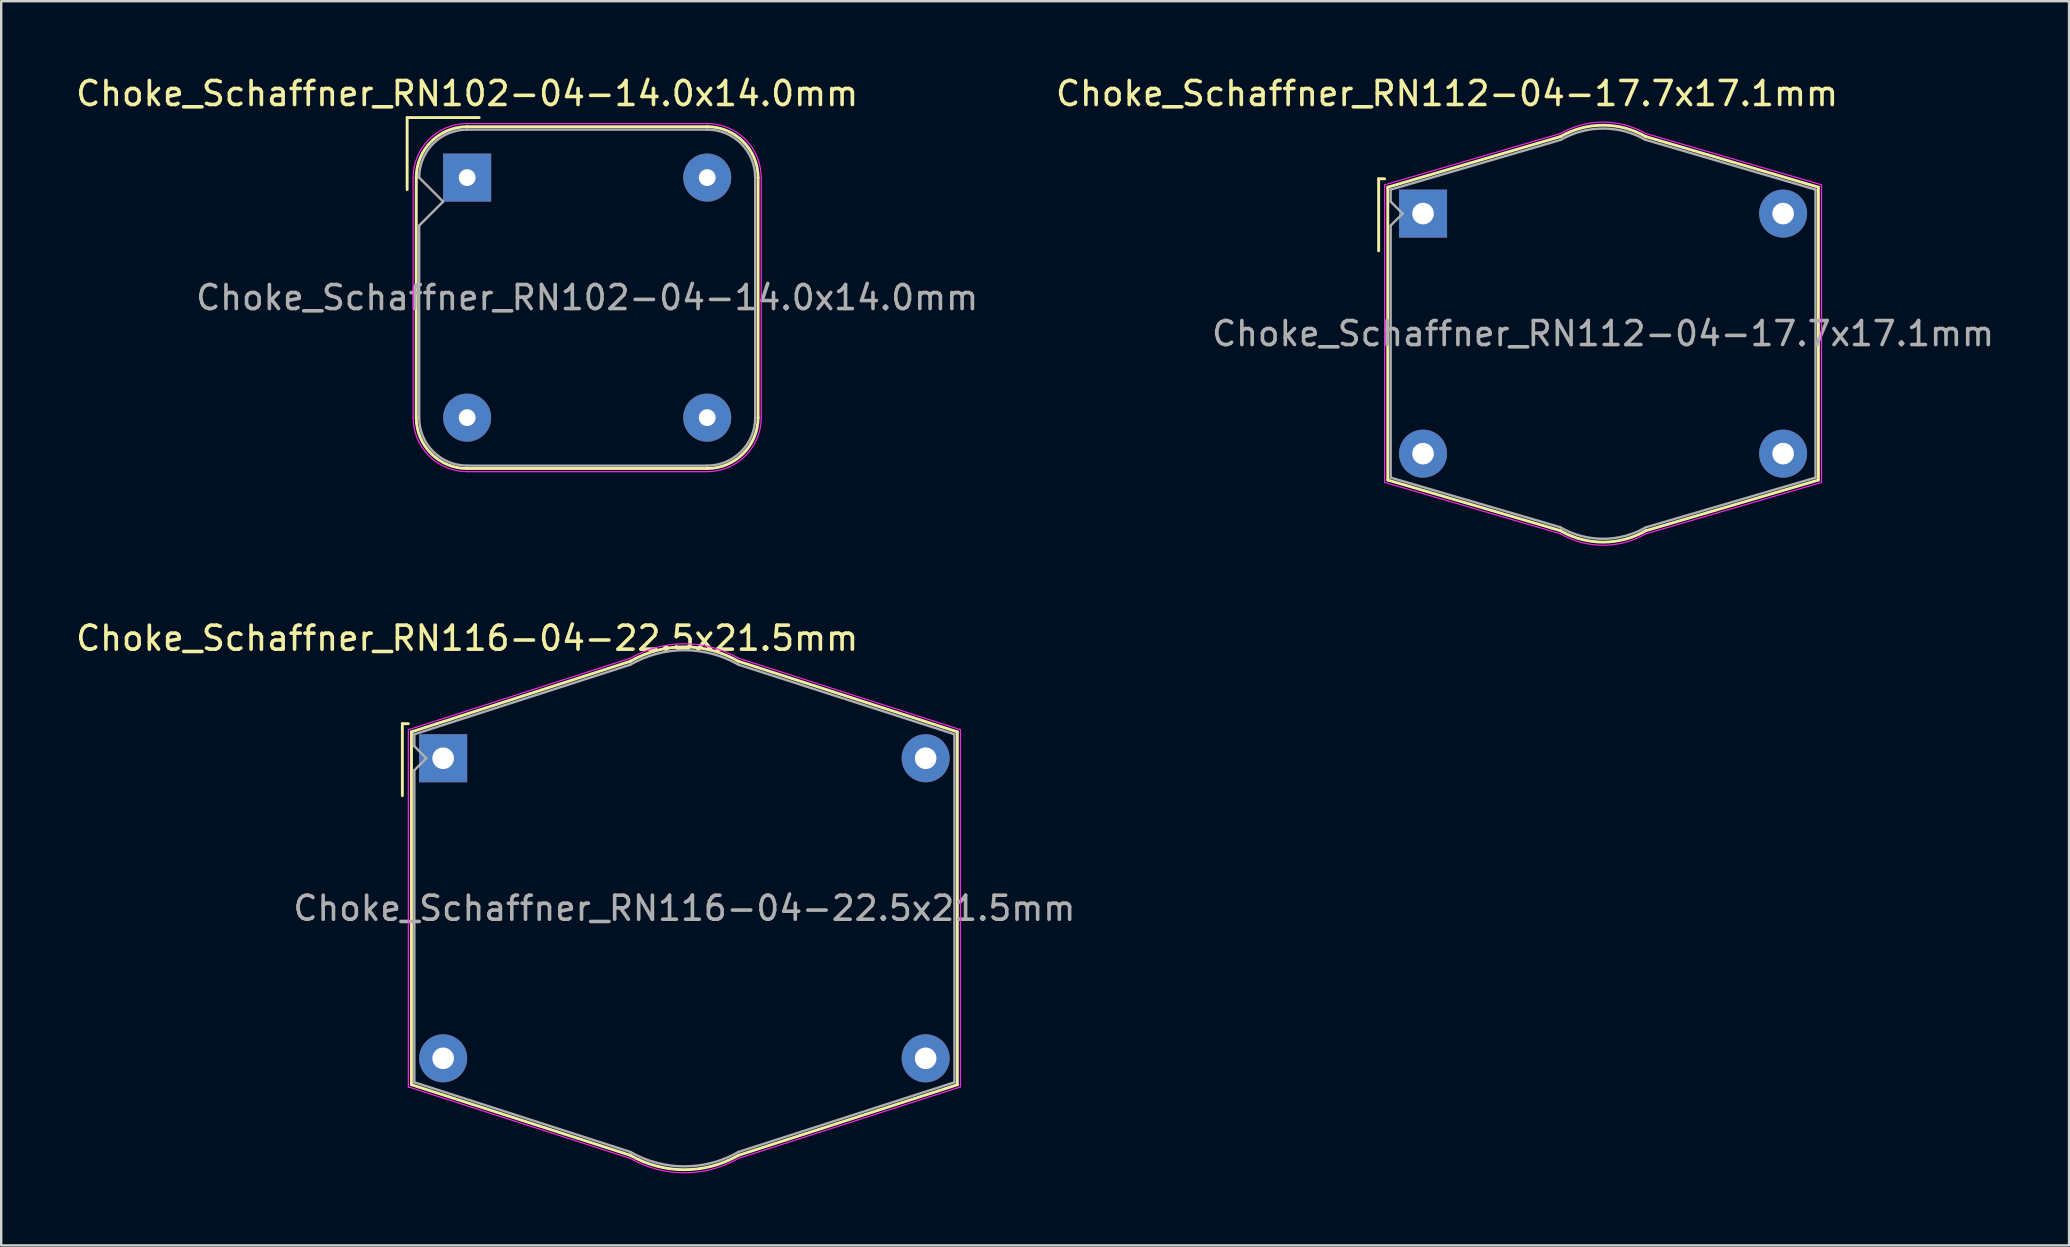
<source format=kicad_pcb>
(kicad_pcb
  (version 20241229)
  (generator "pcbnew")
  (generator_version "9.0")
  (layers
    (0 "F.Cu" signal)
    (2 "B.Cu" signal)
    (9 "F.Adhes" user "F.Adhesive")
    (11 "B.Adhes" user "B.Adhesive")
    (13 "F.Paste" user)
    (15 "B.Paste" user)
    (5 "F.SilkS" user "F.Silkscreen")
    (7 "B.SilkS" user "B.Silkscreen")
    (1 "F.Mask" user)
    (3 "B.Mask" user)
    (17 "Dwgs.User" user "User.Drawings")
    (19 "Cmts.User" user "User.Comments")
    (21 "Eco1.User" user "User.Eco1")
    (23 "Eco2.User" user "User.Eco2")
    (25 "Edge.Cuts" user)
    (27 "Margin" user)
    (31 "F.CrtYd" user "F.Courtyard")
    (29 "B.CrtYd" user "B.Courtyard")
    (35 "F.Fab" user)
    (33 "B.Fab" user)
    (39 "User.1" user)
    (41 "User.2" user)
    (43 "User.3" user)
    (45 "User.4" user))
  (footprint "Choke_Schaffner_RN102-04-14.0x14.0mm"
    (layer "F.Cu")
    (at 16.411 4.348)
    (property "Reference" "Choke_Schaffner_RN102-04-14.0x14.0mm" (at 0 -3.5 0) (layer "F.SilkS") (effects (font (size 1 1) (thickness 0.15))))
    (attr through_hole)
    (fp_line (start -2.5 -2.5) (end -2.5 0.5) (stroke (width 0.12) (type solid)) (layer "F.SilkS"))
    (fp_line (start -2.5 -2.5) (end 0.5 -2.5) (stroke (width 0.12) (type solid)) (layer "F.SilkS"))
    (fp_line (start -2.12 10) (end -2.12 0) (stroke (width 0.12) (type solid)) (layer "F.SilkS"))
    (fp_line (start 0 -2.12) (end 10 -2.12) (stroke (width 0.12) (type solid)) (layer "F.SilkS"))
    (fp_line (start 10 12.12) (end 0 12.12) (stroke (width 0.12) (type solid)) (layer "F.SilkS"))
    (fp_line (start 12.12 0) (end 12.12 10) (stroke (width 0.12) (type solid)) (layer "F.SilkS"))
    (fp_arc (start -2.12 0) (mid -1.499066 -1.499066) (end 0 -2.12) (stroke (width 0.12) (type solid)) (layer "F.SilkS"))
    (fp_arc (start 0 12.12) (mid -1.499066 11.499066) (end -2.12 10) (stroke (width 0.12) (type solid)) (layer "F.SilkS"))
    (fp_arc (start 10 -2.12) (mid 11.499066 -1.499066) (end 12.12 0) (stroke (width 0.12) (type solid)) (layer "F.SilkS"))
    (fp_arc (start 12.12 10) (mid 11.499066 11.499066) (end 10 12.12) (stroke (width 0.12) (type solid)) (layer "F.SilkS"))
    (fp_line (start -2.25 10) (end -2.25 0) (stroke (width 0.05) (type solid)) (layer "F.CrtYd"))
    (fp_line (start 0 -2.25) (end 10 -2.25) (stroke (width 0.05) (type solid)) (layer "F.CrtYd"))
    (fp_line (start 10 12.25) (end 0 12.25) (stroke (width 0.05) (type solid)) (layer "F.CrtYd"))
    (fp_line (start 12.25 0) (end 12.25 10) (stroke (width 0.05) (type solid)) (layer "F.CrtYd"))
    (fp_arc (start -2.25 0) (mid -1.59099 -1.59099) (end 0 -2.25) (stroke (width 0.05) (type solid)) (layer "F.CrtYd"))
    (fp_arc (start 0 12.25) (mid -1.59099 11.59099) (end -2.25 10) (stroke (width 0.05) (type solid)) (layer "F.CrtYd"))
    (fp_arc (start 10 -2.25) (mid 11.59099 -1.59099) (end 12.25 0) (stroke (width 0.05) (type solid)) (layer "F.CrtYd"))
    (fp_arc (start 12.25 10) (mid 11.59099 11.59099) (end 10 12.25) (stroke (width 0.05) (type solid)) (layer "F.CrtYd"))
    (fp_line (start -2 2) (end -1 1) (stroke (width 0.1) (type solid)) (layer "F.Fab"))
    (fp_line (start -2 10) (end -2 2) (stroke (width 0.1) (type solid)) (layer "F.Fab"))
    (fp_line (start -1 1) (end -2 0) (stroke (width 0.1) (type solid)) (layer "F.Fab"))
    (fp_line (start 0 -2) (end 10 -2) (stroke (width 0.1) (type solid)) (layer "F.Fab"))
    (fp_line (start 10 12) (end 0 12) (stroke (width 0.1) (type solid)) (layer "F.Fab"))
    (fp_line (start 12 0) (end 12 10) (stroke (width 0.1) (type solid)) (layer "F.Fab"))
    (fp_arc (start -2 0) (mid -1.414214 -1.414214) (end 0 -2) (stroke (width 0.1) (type solid)) (layer "F.Fab"))
    (fp_arc (start 0 12) (mid -1.414214 11.414214) (end -2 10) (stroke (width 0.1) (type solid)) (layer "F.Fab"))
    (fp_arc (start 10 -2) (mid 11.414214 -1.414214) (end 12 0) (stroke (width 0.1) (type solid)) (layer "F.Fab"))
    (fp_arc (start 12 10) (mid 11.414214 11.414214) (end 10 12) (stroke (width 0.1) (type solid)) (layer "F.Fab"))
    (fp_text user "${REFERENCE}" (at 5 5 0) (layer "F.Fab") (effects (font (size 1 1) (thickness 0.15))))
    (pad "1" thru_hole rect (at 0 0) (size 2 2) (drill 0.7) (layers "*.Cu" "*.Mask"))
    (pad "2" thru_hole circle (at 10 0) (size 2 2) (drill 0.7) (layers "*.Cu" "*.Mask"))
    (pad "3" thru_hole circle (at 0 10) (size 2 2) (drill 0.7) (layers "*.Cu" "*.Mask"))
    (pad "4" thru_hole circle (at 10 10) (size 2 2) (drill 0.7) (layers "*.Cu" "*.Mask")))
  (footprint "Choke_Schaffner_RN112-04-17.7x17.1mm"
    (layer "F.Cu")
    (at 56.232 5.848)
    (property "Reference" "Choke_Schaffner_RN112-04-17.7x17.1mm" (at 1 -5 0) (layer "F.SilkS") (effects (font (size 1 1) (thickness 0.15))))
    (attr through_hole)
    (fp_line (start -1.85 -1.45) (end -1.85 1.55) (stroke (width 0.12) (type solid)) (layer "F.SilkS"))
    (fp_line (start -1.85 -1.45) (end -1.6 -1.45) (stroke (width 0.12) (type solid)) (layer "F.SilkS"))
    (fp_line (start -1.47 -1.1) (end 5.73 -3.21) (stroke (width 0.12) (type solid)) (layer "F.SilkS"))
    (fp_line (start -1.47 11.1) (end -1.47 -1.1) (stroke (width 0.12) (type solid)) (layer "F.SilkS"))
    (fp_line (start 5.73 13.21) (end -1.47 11.1) (stroke (width 0.12) (type solid)) (layer "F.SilkS"))
    (fp_line (start 9.27 -3.21) (end 16.47 -1.1) (stroke (width 0.12) (type solid)) (layer "F.SilkS"))
    (fp_line (start 16.47 -1.1) (end 16.47 11.1) (stroke (width 0.12) (type solid)) (layer "F.SilkS"))
    (fp_line (start 16.47 11.1) (end 9.28 13.21) (stroke (width 0.12) (type solid)) (layer "F.SilkS"))
    (fp_arc (start 5.73 -3.21) (mid 7.512135 -3.681018) (end 9.291018 -3.197865) (stroke (width 0.12) (type solid)) (layer "F.SilkS"))
    (fp_arc (start 9.28 13.21) (mid 7.496525 13.686018) (end 5.713982 13.206525) (stroke (width 0.12) (type solid)) (layer "F.SilkS"))
    (fp_line (start -1.6 -1.2) (end 5.73 -3.34) (stroke (width 0.05) (type solid)) (layer "F.CrtYd"))
    (fp_line (start -1.6 11.2) (end -1.6 -1.2) (stroke (width 0.05) (type solid)) (layer "F.CrtYd"))
    (fp_line (start 5.73 13.34) (end -1.6 11.2) (stroke (width 0.05) (type solid)) (layer "F.CrtYd"))
    (fp_line (start 9.27 -3.34) (end 16.6 -1.2) (stroke (width 0.05) (type solid)) (layer "F.CrtYd"))
    (fp_line (start 16.6 -1.2) (end 16.6 11.2) (stroke (width 0.05) (type solid)) (layer "F.CrtYd"))
    (fp_line (start 16.6 11.2) (end 9.28 13.34) (stroke (width 0.05) (type solid)) (layer "F.CrtYd"))
    (fp_arc (start 5.73 -3.34) (mid 7.512135 -3.811018) (end 9.291018 -3.327865) (stroke (width 0.05) (type solid)) (layer "F.CrtYd"))
    (fp_arc (start 9.28 13.34) (mid 7.496525 13.816018) (end 5.713982 13.336525) (stroke (width 0.05) (type solid)) (layer "F.CrtYd"))
    (fp_line (start -1.35 -1) (end 5.73 -3.07) (stroke (width 0.1) (type solid)) (layer "F.Fab"))
    (fp_line (start -1.35 -0.5) (end -1.35 -1) (stroke (width 0.1) (type solid)) (layer "F.Fab"))
    (fp_line (start -1.35 0.5) (end -0.85 0) (stroke (width 0.1) (type solid)) (layer "F.Fab"))
    (fp_line (start -1.35 11) (end -1.35 0.5) (stroke (width 0.1) (type solid)) (layer "F.Fab"))
    (fp_line (start -0.85 0) (end -1.35 -0.5) (stroke (width 0.1) (type solid)) (layer "F.Fab"))
    (fp_line (start 5.73 13.07) (end -1.35 11) (stroke (width 0.1) (type solid)) (layer "F.Fab"))
    (fp_line (start 9.28 -3.07) (end 16.35 -1) (stroke (width 0.1) (type solid)) (layer "F.Fab"))
    (fp_line (start 16.35 -1) (end 16.35 11) (stroke (width 0.1) (type solid)) (layer "F.Fab"))
    (fp_line (start 16.35 11) (end 9.28 13.07) (stroke (width 0.1) (type solid)) (layer "F.Fab"))
    (fp_arc (start 5.73 -3.07) (mid 7.502135 -3.543698) (end 9.273698 -3.067865) (stroke (width 0.1) (type solid)) (layer "F.Fab"))
    (fp_arc (start 9.28 13.07) (mid 7.506525 13.548698) (end 5.731302 13.076525) (stroke (width 0.1) (type solid)) (layer "F.Fab"))
    (fp_text user "${REFERENCE}" (at 7.5 5 0) (layer "F.Fab") (effects (font (size 1 1) (thickness 0.15))))
    (pad "1" thru_hole rect (at 0 0) (size 2 2) (drill 0.9) (layers "*.Cu" "*.Mask"))
    (pad "2" thru_hole circle (at 15 0) (size 2 2) (drill 0.9) (layers "*.Cu" "*.Mask"))
    (pad "3" thru_hole circle (at 0 10) (size 2 2) (drill 0.9) (layers "*.Cu" "*.Mask"))
    (pad "4" thru_hole circle (at 15 10) (size 2 2) (drill 0.9) (layers "*.Cu" "*.Mask")))
  (footprint "Choke_Schaffner_RN116-04-22.5x21.5mm"
    (layer "F.Cu")
    (at 15.411 28.538)
    (property "Reference" "Choke_Schaffner_RN116-04-22.5x21.5mm" (at 1 -5 0) (layer "F.SilkS") (effects (font (size 1 1) (thickness 0.15))))
    (attr through_hole)
    (fp_line (start -1.7 -1.44) (end -1.7 1.56) (stroke (width 0.12) (type solid)) (layer "F.SilkS"))
    (fp_line (start -1.7 -1.44) (end -1.45 -1.44) (stroke (width 0.12) (type solid)) (layer "F.SilkS"))
    (fp_line (start -1.32 -1.1) (end 7.8 -4.04) (stroke (width 0.12) (type solid)) (layer "F.SilkS"))
    (fp_line (start -1.32 13.6) (end -1.32 -1.1) (stroke (width 0.12) (type solid)) (layer "F.SilkS"))
    (fp_line (start 7.8 16.54) (end -1.32 13.6) (stroke (width 0.12) (type solid)) (layer "F.SilkS"))
    (fp_line (start 12.3 -4.04) (end 21.42 -1.1) (stroke (width 0.12) (type solid)) (layer "F.SilkS"))
    (fp_line (start 21.42 -1.1) (end 21.42 13.6) (stroke (width 0.12) (type solid)) (layer "F.SilkS"))
    (fp_line (start 21.42 13.6) (end 12.3 16.54) (stroke (width 0.12) (type solid)) (layer "F.SilkS"))
    (fp_arc (start 7.8 -4.04) (mid 10.061443 -4.63982) (end 12.31982 -4.028557) (stroke (width 0.12) (type solid)) (layer "F.SilkS"))
    (fp_arc (start 12.3 16.54) (mid 10.038557 17.13982) (end 7.78018 16.528557) (stroke (width 0.12) (type solid)) (layer "F.SilkS"))
    (fp_line (start -1.45 -1.19) (end 7.8 -4.17) (stroke (width 0.05) (type solid)) (layer "F.CrtYd"))
    (fp_line (start -1.45 13.69) (end -1.45 -1.19) (stroke (width 0.05) (type solid)) (layer "F.CrtYd"))
    (fp_line (start 7.8 16.67) (end -1.45 13.69) (stroke (width 0.05) (type solid)) (layer "F.CrtYd"))
    (fp_line (start 12.3 -4.17) (end 21.55 -1.19) (stroke (width 0.05) (type solid)) (layer "F.CrtYd"))
    (fp_line (start 21.55 -1.19) (end 21.55 13.69) (stroke (width 0.05) (type solid)) (layer "F.CrtYd"))
    (fp_line (start 21.55 13.69) (end 12.3 16.67) (stroke (width 0.05) (type solid)) (layer "F.CrtYd"))
    (fp_arc (start 7.8 -4.17) (mid 10.061443 -4.76982) (end 12.31982 -4.158557) (stroke (width 0.05) (type solid)) (layer "F.CrtYd"))
    (fp_arc (start 12.3 16.67) (mid 10.038557 17.26982) (end 7.78018 16.658557) (stroke (width 0.05) (type solid)) (layer "F.CrtYd"))
    (fp_line (start -1.2 -1) (end 7.8 -3.9) (stroke (width 0.1) (type solid)) (layer "F.Fab"))
    (fp_line (start -1.2 -0.5) (end -1.2 -1) (stroke (width 0.1) (type solid)) (layer "F.Fab"))
    (fp_line (start -1.2 0.5) (end -0.7 0) (stroke (width 0.1) (type solid)) (layer "F.Fab"))
    (fp_line (start -1.2 13.5) (end -1.2 0.5) (stroke (width 0.1) (type solid)) (layer "F.Fab"))
    (fp_line (start -0.7 0) (end -1.2 -0.5) (stroke (width 0.1) (type solid)) (layer "F.Fab"))
    (fp_line (start 7.8 16.4) (end -1.2 13.5) (stroke (width 0.1) (type solid)) (layer "F.Fab"))
    (fp_line (start 12.3 -3.9) (end 21.3 -1) (stroke (width 0.1) (type solid)) (layer "F.Fab"))
    (fp_line (start 21.3 -1) (end 21.3 13.5) (stroke (width 0.1) (type solid)) (layer "F.Fab"))
    (fp_line (start 21.3 13.5) (end 12.3 16.4) (stroke (width 0.1) (type solid)) (layer "F.Fab"))
    (fp_arc (start 7.8 -3.9) (mid 10.051443 -4.502499) (end 12.302499 -3.898557) (stroke (width 0.1) (type solid)) (layer "F.Fab"))
    (fp_arc (start 12.3 16.4) (mid 10.048557 17.002499) (end 7.797501 16.398557) (stroke (width 0.1) (type solid)) (layer "F.Fab"))
    (fp_text user "${REFERENCE}" (at 10.05 6.25 0) (layer "F.Fab") (effects (font (size 1 1) (thickness 0.15))))
    (pad "1" thru_hole rect (at 0 0) (size 2 2) (drill 0.9) (layers "*.Cu" "*.Mask"))
    (pad "2" thru_hole circle (at 20.1 0) (size 2 2) (drill 0.9) (layers "*.Cu" "*.Mask"))
    (pad "3" thru_hole circle (at 0 12.5) (size 2 2) (drill 0.9) (layers "*.Cu" "*.Mask"))
    (pad "4" thru_hole circle (at 20.1 12.5) (size 2 2) (drill 0.9) (layers "*.Cu" "*.Mask")))
  (gr_rect
    (start -3 -3)
    (end 83.143 48.832)
    (stroke (width 0.1) (type default))
    (fill no)
    (layer "Edge.Cuts")))
</source>
